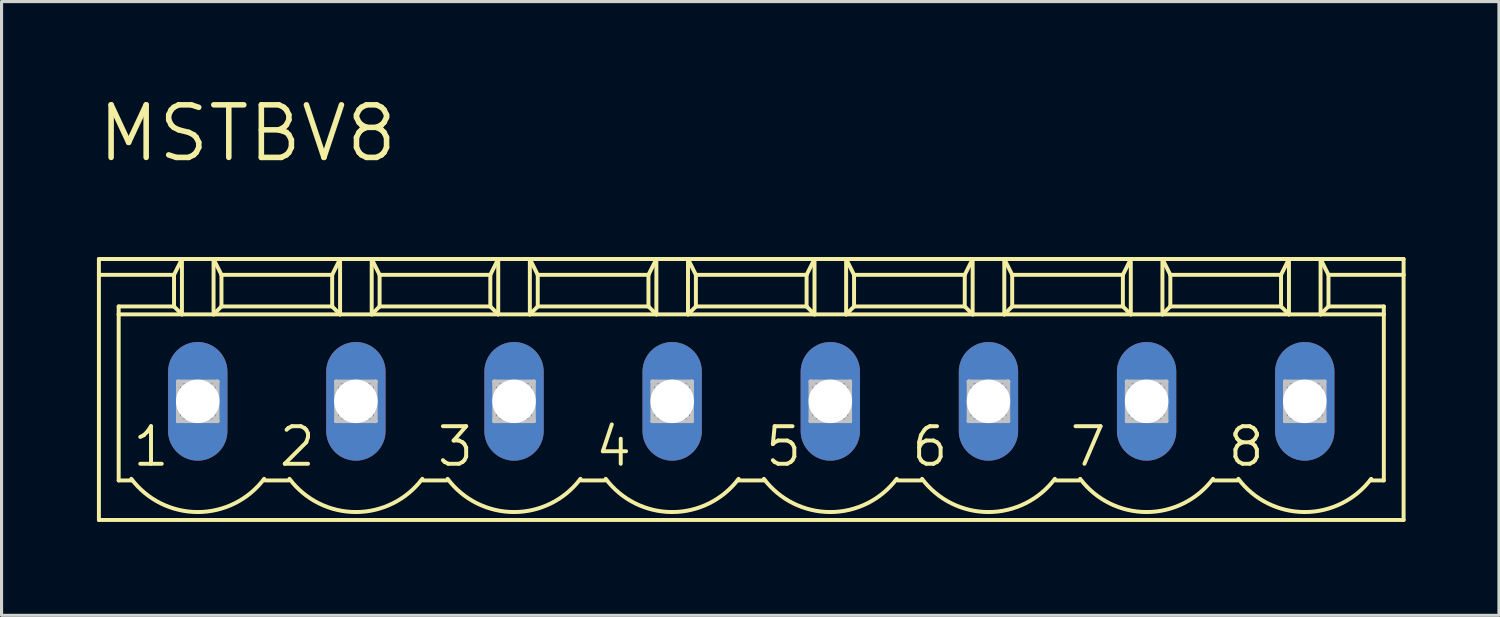
<source format=kicad_pcb>
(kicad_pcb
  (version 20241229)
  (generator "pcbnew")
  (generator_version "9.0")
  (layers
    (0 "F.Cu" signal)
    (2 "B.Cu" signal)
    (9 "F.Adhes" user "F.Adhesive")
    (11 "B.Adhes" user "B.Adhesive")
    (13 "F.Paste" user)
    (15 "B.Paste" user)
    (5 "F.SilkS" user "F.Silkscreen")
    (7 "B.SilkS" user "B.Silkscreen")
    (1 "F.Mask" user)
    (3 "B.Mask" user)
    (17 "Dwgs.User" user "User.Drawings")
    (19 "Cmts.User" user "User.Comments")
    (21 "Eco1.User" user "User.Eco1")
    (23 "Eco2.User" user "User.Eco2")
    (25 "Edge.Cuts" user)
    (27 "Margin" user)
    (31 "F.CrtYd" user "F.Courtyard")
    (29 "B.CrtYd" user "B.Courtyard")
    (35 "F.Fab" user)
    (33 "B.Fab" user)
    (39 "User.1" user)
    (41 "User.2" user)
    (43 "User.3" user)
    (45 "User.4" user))
  (footprint "MSTBV8"
    (layer "F.Cu")
    (at 21.082 9.842)
    (property "Reference" "MSTBV8" (at -21.082 -7.62 0) (layer "F.SilkS") (effects (font (size 1.689 1.689) (thickness 0.178)) (justify left bottom)))
    (attr through_hole)
    (fp_line (start -20.955 -4.572) (end -20.955 -4.064) (stroke (width 0.127) (type solid)) (layer "F.SilkS"))
    (fp_line (start -20.955 -4.572) (end -18.288 -4.572) (stroke (width 0.127) (type solid)) (layer "F.SilkS"))
    (fp_line (start -20.955 -4.064) (end -20.955 3.81) (stroke (width 0.127) (type solid)) (layer "F.SilkS"))
    (fp_line (start -20.955 -4.064) (end -18.542 -4.064) (stroke (width 0.127) (type solid)) (layer "F.SilkS"))
    (fp_line (start -20.955 3.81) (end 20.955 3.81) (stroke (width 0.127) (type solid)) (layer "F.SilkS"))
    (fp_line (start -20.32 -2.794) (end -20.32 -3.048) (stroke (width 0.127) (type solid)) (layer "F.SilkS"))
    (fp_line (start -20.32 -2.794) (end -18.288 -2.794) (stroke (width 0.127) (type solid)) (layer "F.SilkS"))
    (fp_line (start -20.32 2.54) (end -20.32 -2.794) (stroke (width 0.127) (type solid)) (layer "F.SilkS"))
    (fp_line (start -20.32 2.54) (end -19.888 2.54) (stroke (width 0.127) (type solid)) (layer "F.SilkS"))
    (fp_line (start -18.542 -4.064) (end -18.542 -3.048) (stroke (width 0.127) (type solid)) (layer "F.SilkS"))
    (fp_line (start -18.542 -4.064) (end -18.288 -4.572) (stroke (width 0.127) (type solid)) (layer "F.SilkS"))
    (fp_line (start -18.542 -3.048) (end -20.32 -3.048) (stroke (width 0.127) (type solid)) (layer "F.SilkS"))
    (fp_line (start -18.542 -3.048) (end -18.288 -2.794) (stroke (width 0.127) (type solid)) (layer "F.SilkS"))
    (fp_line (start -18.288 -4.572) (end -17.272 -4.572) (stroke (width 0.127) (type solid)) (layer "F.SilkS"))
    (fp_line (start -18.288 -2.794) (end -18.288 -4.572) (stroke (width 0.127) (type solid)) (layer "F.SilkS"))
    (fp_line (start -18.288 -2.794) (end -17.272 -2.794) (stroke (width 0.127) (type solid)) (layer "F.SilkS"))
    (fp_line (start -17.272 -4.572) (end -17.018 -4.064) (stroke (width 0.127) (type solid)) (layer "F.SilkS"))
    (fp_line (start -17.272 -4.572) (end -13.208 -4.572) (stroke (width 0.127) (type solid)) (layer "F.SilkS"))
    (fp_line (start -17.272 -2.794) (end -17.272 -4.572) (stroke (width 0.127) (type solid)) (layer "F.SilkS"))
    (fp_line (start -17.272 -2.794) (end -13.208 -2.794) (stroke (width 0.127) (type solid)) (layer "F.SilkS"))
    (fp_line (start -17.018 -4.064) (end -17.018 -3.048) (stroke (width 0.127) (type solid)) (layer "F.SilkS"))
    (fp_line (start -17.018 -4.064) (end -13.462 -4.064) (stroke (width 0.127) (type solid)) (layer "F.SilkS"))
    (fp_line (start -17.018 -3.048) (end -17.272 -2.794) (stroke (width 0.127) (type solid)) (layer "F.SilkS"))
    (fp_line (start -15.621 2.54) (end -14.859 2.54) (stroke (width 0.127) (type solid)) (layer "F.SilkS"))
    (fp_line (start -13.462 -4.064) (end -13.462 -3.048) (stroke (width 0.127) (type solid)) (layer "F.SilkS"))
    (fp_line (start -13.462 -4.064) (end -13.208 -4.572) (stroke (width 0.127) (type solid)) (layer "F.SilkS"))
    (fp_line (start -13.462 -3.048) (end -17.018 -3.048) (stroke (width 0.127) (type solid)) (layer "F.SilkS"))
    (fp_line (start -13.462 -3.048) (end -13.208 -2.794) (stroke (width 0.127) (type solid)) (layer "F.SilkS"))
    (fp_line (start -13.208 -4.572) (end -12.192 -4.572) (stroke (width 0.127) (type solid)) (layer "F.SilkS"))
    (fp_line (start -13.208 -2.794) (end -13.208 -4.572) (stroke (width 0.127) (type solid)) (layer "F.SilkS"))
    (fp_line (start -13.208 -2.794) (end -12.192 -2.794) (stroke (width 0.127) (type solid)) (layer "F.SilkS"))
    (fp_line (start -12.192 -4.572) (end -11.938 -4.064) (stroke (width 0.127) (type solid)) (layer "F.SilkS"))
    (fp_line (start -12.192 -4.572) (end -8.128 -4.572) (stroke (width 0.127) (type solid)) (layer "F.SilkS"))
    (fp_line (start -12.192 -2.794) (end -12.192 -4.572) (stroke (width 0.127) (type solid)) (layer "F.SilkS"))
    (fp_line (start -12.192 -2.794) (end -8.128 -2.794) (stroke (width 0.127) (type solid)) (layer "F.SilkS"))
    (fp_line (start -11.938 -4.064) (end -11.938 -3.048) (stroke (width 0.127) (type solid)) (layer "F.SilkS"))
    (fp_line (start -11.938 -4.064) (end -8.382 -4.064) (stroke (width 0.127) (type solid)) (layer "F.SilkS"))
    (fp_line (start -11.938 -3.048) (end -12.192 -2.794) (stroke (width 0.127) (type solid)) (layer "F.SilkS"))
    (fp_line (start -10.541 2.54) (end -9.779 2.54) (stroke (width 0.127) (type solid)) (layer "F.SilkS"))
    (fp_line (start -8.382 -4.064) (end -8.382 -3.048) (stroke (width 0.127) (type solid)) (layer "F.SilkS"))
    (fp_line (start -8.382 -4.064) (end -8.128 -4.572) (stroke (width 0.127) (type solid)) (layer "F.SilkS"))
    (fp_line (start -8.382 -3.048) (end -11.938 -3.048) (stroke (width 0.127) (type solid)) (layer "F.SilkS"))
    (fp_line (start -8.382 -3.048) (end -8.128 -2.794) (stroke (width 0.127) (type solid)) (layer "F.SilkS"))
    (fp_line (start -8.128 -4.572) (end -7.112 -4.572) (stroke (width 0.127) (type solid)) (layer "F.SilkS"))
    (fp_line (start -8.128 -2.794) (end -8.128 -4.572) (stroke (width 0.127) (type solid)) (layer "F.SilkS"))
    (fp_line (start -8.128 -2.794) (end -7.112 -2.794) (stroke (width 0.127) (type solid)) (layer "F.SilkS"))
    (fp_line (start -7.112 -4.572) (end -6.858 -4.064) (stroke (width 0.127) (type solid)) (layer "F.SilkS"))
    (fp_line (start -7.112 -4.572) (end -3.048 -4.572) (stroke (width 0.127) (type solid)) (layer "F.SilkS"))
    (fp_line (start -7.112 -2.794) (end -7.112 -4.572) (stroke (width 0.127) (type solid)) (layer "F.SilkS"))
    (fp_line (start -7.112 -2.794) (end -3.048 -2.794) (stroke (width 0.127) (type solid)) (layer "F.SilkS"))
    (fp_line (start -6.858 -4.064) (end -6.858 -3.048) (stroke (width 0.127) (type solid)) (layer "F.SilkS"))
    (fp_line (start -6.858 -4.064) (end -3.302 -4.064) (stroke (width 0.127) (type solid)) (layer "F.SilkS"))
    (fp_line (start -6.858 -3.048) (end -7.112 -2.794) (stroke (width 0.127) (type solid)) (layer "F.SilkS"))
    (fp_line (start -6.858 -3.048) (end -3.302 -3.048) (stroke (width 0.127) (type solid)) (layer "F.SilkS"))
    (fp_line (start -5.461 2.54) (end -4.699 2.54) (stroke (width 0.127) (type solid)) (layer "F.SilkS"))
    (fp_line (start -3.302 -4.064) (end -3.302 -3.048) (stroke (width 0.127) (type solid)) (layer "F.SilkS"))
    (fp_line (start -3.302 -4.064) (end -3.048 -4.572) (stroke (width 0.127) (type solid)) (layer "F.SilkS"))
    (fp_line (start -3.302 -3.048) (end -3.048 -2.794) (stroke (width 0.127) (type solid)) (layer "F.SilkS"))
    (fp_line (start -3.048 -4.572) (end -2.032 -4.572) (stroke (width 0.127) (type solid)) (layer "F.SilkS"))
    (fp_line (start -3.048 -2.794) (end -3.048 -4.572) (stroke (width 0.127) (type solid)) (layer "F.SilkS"))
    (fp_line (start -3.048 -2.794) (end -2.032 -2.794) (stroke (width 0.127) (type solid)) (layer "F.SilkS"))
    (fp_line (start -2.032 -4.572) (end -1.778 -4.064) (stroke (width 0.127) (type solid)) (layer "F.SilkS"))
    (fp_line (start -2.032 -4.572) (end 2.032 -4.572) (stroke (width 0.127) (type solid)) (layer "F.SilkS"))
    (fp_line (start -2.032 -2.794) (end -2.032 -4.572) (stroke (width 0.127) (type solid)) (layer "F.SilkS"))
    (fp_line (start -2.032 -2.794) (end 2.032 -2.794) (stroke (width 0.127) (type solid)) (layer "F.SilkS"))
    (fp_line (start -1.778 -4.064) (end -1.778 -3.048) (stroke (width 0.127) (type solid)) (layer "F.SilkS"))
    (fp_line (start -1.778 -4.064) (end 1.778 -4.064) (stroke (width 0.127) (type solid)) (layer "F.SilkS"))
    (fp_line (start -1.778 -3.048) (end -2.032 -2.794) (stroke (width 0.127) (type solid)) (layer "F.SilkS"))
    (fp_line (start -0.432 2.54) (end 0.432 2.54) (stroke (width 0.127) (type solid)) (layer "F.SilkS"))
    (fp_line (start 1.778 -4.064) (end 1.778 -3.048) (stroke (width 0.127) (type solid)) (layer "F.SilkS"))
    (fp_line (start 1.778 -4.064) (end 2.032 -4.572) (stroke (width 0.127) (type solid)) (layer "F.SilkS"))
    (fp_line (start 1.778 -3.048) (end -1.778 -3.048) (stroke (width 0.127) (type solid)) (layer "F.SilkS"))
    (fp_line (start 1.778 -3.048) (end 2.032 -2.794) (stroke (width 0.127) (type solid)) (layer "F.SilkS"))
    (fp_line (start 2.032 -4.572) (end 3.048 -4.572) (stroke (width 0.127) (type solid)) (layer "F.SilkS"))
    (fp_line (start 2.032 -2.794) (end 2.032 -4.572) (stroke (width 0.127) (type solid)) (layer "F.SilkS"))
    (fp_line (start 2.032 -2.794) (end 3.048 -2.794) (stroke (width 0.127) (type solid)) (layer "F.SilkS"))
    (fp_line (start 3.048 -4.572) (end 3.302 -4.064) (stroke (width 0.127) (type solid)) (layer "F.SilkS"))
    (fp_line (start 3.048 -4.572) (end 7.112 -4.572) (stroke (width 0.127) (type solid)) (layer "F.SilkS"))
    (fp_line (start 3.048 -2.794) (end 3.048 -4.572) (stroke (width 0.127) (type solid)) (layer "F.SilkS"))
    (fp_line (start 3.048 -2.794) (end 7.112 -2.794) (stroke (width 0.127) (type solid)) (layer "F.SilkS"))
    (fp_line (start 3.302 -4.064) (end 3.302 -3.048) (stroke (width 0.127) (type solid)) (layer "F.SilkS"))
    (fp_line (start 3.302 -4.064) (end 6.858 -4.064) (stroke (width 0.127) (type solid)) (layer "F.SilkS"))
    (fp_line (start 3.302 -3.048) (end 3.048 -2.794) (stroke (width 0.127) (type solid)) (layer "F.SilkS"))
    (fp_line (start 4.699 2.54) (end 5.461 2.54) (stroke (width 0.127) (type solid)) (layer "F.SilkS"))
    (fp_line (start 6.858 -4.064) (end 6.858 -3.048) (stroke (width 0.127) (type solid)) (layer "F.SilkS"))
    (fp_line (start 6.858 -4.064) (end 7.112 -4.572) (stroke (width 0.127) (type solid)) (layer "F.SilkS"))
    (fp_line (start 6.858 -3.048) (end 3.302 -3.048) (stroke (width 0.127) (type solid)) (layer "F.SilkS"))
    (fp_line (start 6.858 -3.048) (end 7.112 -2.794) (stroke (width 0.127) (type solid)) (layer "F.SilkS"))
    (fp_line (start 7.112 -4.572) (end 8.128 -4.572) (stroke (width 0.127) (type solid)) (layer "F.SilkS"))
    (fp_line (start 7.112 -2.794) (end 7.112 -4.572) (stroke (width 0.127) (type solid)) (layer "F.SilkS"))
    (fp_line (start 7.112 -2.794) (end 8.128 -2.794) (stroke (width 0.127) (type solid)) (layer "F.SilkS"))
    (fp_line (start 8.128 -4.572) (end 8.382 -4.064) (stroke (width 0.127) (type solid)) (layer "F.SilkS"))
    (fp_line (start 8.128 -4.572) (end 12.192 -4.572) (stroke (width 0.127) (type solid)) (layer "F.SilkS"))
    (fp_line (start 8.128 -2.794) (end 8.128 -4.572) (stroke (width 0.127) (type solid)) (layer "F.SilkS"))
    (fp_line (start 8.128 -2.794) (end 12.192 -2.794) (stroke (width 0.127) (type solid)) (layer "F.SilkS"))
    (fp_line (start 8.382 -4.064) (end 8.382 -3.048) (stroke (width 0.127) (type solid)) (layer "F.SilkS"))
    (fp_line (start 8.382 -4.064) (end 11.938 -4.064) (stroke (width 0.127) (type solid)) (layer "F.SilkS"))
    (fp_line (start 8.382 -3.048) (end 8.128 -2.794) (stroke (width 0.127) (type solid)) (layer "F.SilkS"))
    (fp_line (start 9.779 2.54) (end 10.541 2.54) (stroke (width 0.127) (type solid)) (layer "F.SilkS"))
    (fp_line (start 11.938 -4.064) (end 11.938 -3.048) (stroke (width 0.127) (type solid)) (layer "F.SilkS"))
    (fp_line (start 11.938 -4.064) (end 12.192 -4.572) (stroke (width 0.127) (type solid)) (layer "F.SilkS"))
    (fp_line (start 11.938 -3.048) (end 8.382 -3.048) (stroke (width 0.127) (type solid)) (layer "F.SilkS"))
    (fp_line (start 11.938 -3.048) (end 12.192 -2.794) (stroke (width 0.127) (type solid)) (layer "F.SilkS"))
    (fp_line (start 12.192 -4.572) (end 13.208 -4.572) (stroke (width 0.127) (type solid)) (layer "F.SilkS"))
    (fp_line (start 12.192 -2.794) (end 12.192 -4.572) (stroke (width 0.127) (type solid)) (layer "F.SilkS"))
    (fp_line (start 12.192 -2.794) (end 13.208 -2.794) (stroke (width 0.127) (type solid)) (layer "F.SilkS"))
    (fp_line (start 13.208 -4.572) (end 13.462 -4.064) (stroke (width 0.127) (type solid)) (layer "F.SilkS"))
    (fp_line (start 13.208 -4.572) (end 17.272 -4.572) (stroke (width 0.127) (type solid)) (layer "F.SilkS"))
    (fp_line (start 13.208 -2.794) (end 13.208 -4.572) (stroke (width 0.127) (type solid)) (layer "F.SilkS"))
    (fp_line (start 13.208 -2.794) (end 17.272 -2.794) (stroke (width 0.127) (type solid)) (layer "F.SilkS"))
    (fp_line (start 13.462 -4.064) (end 13.462 -3.048) (stroke (width 0.127) (type solid)) (layer "F.SilkS"))
    (fp_line (start 13.462 -4.064) (end 17.018 -4.064) (stroke (width 0.127) (type solid)) (layer "F.SilkS"))
    (fp_line (start 13.462 -3.048) (end 13.208 -2.794) (stroke (width 0.127) (type solid)) (layer "F.SilkS"))
    (fp_line (start 13.462 -3.048) (end 17.018 -3.048) (stroke (width 0.127) (type solid)) (layer "F.SilkS"))
    (fp_line (start 14.859 2.54) (end 15.621 2.54) (stroke (width 0.127) (type solid)) (layer "F.SilkS"))
    (fp_line (start 17.018 -4.064) (end 17.018 -3.048) (stroke (width 0.127) (type solid)) (layer "F.SilkS"))
    (fp_line (start 17.018 -4.064) (end 17.272 -4.572) (stroke (width 0.127) (type solid)) (layer "F.SilkS"))
    (fp_line (start 17.018 -3.048) (end 17.272 -2.794) (stroke (width 0.127) (type solid)) (layer "F.SilkS"))
    (fp_line (start 17.272 -4.572) (end 18.288 -4.572) (stroke (width 0.127) (type solid)) (layer "F.SilkS"))
    (fp_line (start 17.272 -2.794) (end 17.272 -4.572) (stroke (width 0.127) (type solid)) (layer "F.SilkS"))
    (fp_line (start 17.272 -2.794) (end 18.288 -2.794) (stroke (width 0.127) (type solid)) (layer "F.SilkS"))
    (fp_line (start 18.288 -4.572) (end 18.542 -4.064) (stroke (width 0.127) (type solid)) (layer "F.SilkS"))
    (fp_line (start 18.288 -4.572) (end 20.955 -4.572) (stroke (width 0.127) (type solid)) (layer "F.SilkS"))
    (fp_line (start 18.288 -2.794) (end 18.288 -4.572) (stroke (width 0.127) (type solid)) (layer "F.SilkS"))
    (fp_line (start 18.288 -2.794) (end 20.32 -2.794) (stroke (width 0.127) (type solid)) (layer "F.SilkS"))
    (fp_line (start 18.542 -4.064) (end 18.542 -3.048) (stroke (width 0.127) (type solid)) (layer "F.SilkS"))
    (fp_line (start 18.542 -4.064) (end 20.955 -4.064) (stroke (width 0.127) (type solid)) (layer "F.SilkS"))
    (fp_line (start 18.542 -3.048) (end 18.288 -2.794) (stroke (width 0.127) (type solid)) (layer "F.SilkS"))
    (fp_line (start 18.542 -3.048) (end 20.32 -3.048) (stroke (width 0.127) (type solid)) (layer "F.SilkS"))
    (fp_line (start 19.888 2.54) (end 20.32 2.54) (stroke (width 0.127) (type solid)) (layer "F.SilkS"))
    (fp_line (start 20.32 -3.048) (end 20.32 -2.794) (stroke (width 0.127) (type solid)) (layer "F.SilkS"))
    (fp_line (start 20.32 -2.794) (end 20.32 2.54) (stroke (width 0.127) (type solid)) (layer "F.SilkS"))
    (fp_line (start 20.955 -4.064) (end 20.955 -4.572) (stroke (width 0.127) (type solid)) (layer "F.SilkS"))
    (fp_line (start 20.955 3.81) (end 20.955 -4.064) (stroke (width 0.127) (type solid)) (layer "F.SilkS"))
    (fp_arc (start -17.779999 3.556) (mid -18.972718 3.274437) (end -19.9136 2.4892) (stroke (width 0.127) (type solid)) (layer "F.SilkS"))
    (fp_arc (start -15.646399 2.4892) (mid -16.587281 3.274438) (end -17.78 3.556) (stroke (width 0.127) (type solid)) (layer "F.SilkS"))
    (fp_arc (start -12.699999 3.556) (mid -13.892718 3.274437) (end -14.8336 2.4892) (stroke (width 0.127) (type solid)) (layer "F.SilkS"))
    (fp_arc (start -10.566399 2.4892) (mid -11.507281 3.274438) (end -12.7 3.556) (stroke (width 0.127) (type solid)) (layer "F.SilkS"))
    (fp_arc (start -7.619999 3.556) (mid -8.812718 3.274437) (end -9.7536 2.4892) (stroke (width 0.127) (type solid)) (layer "F.SilkS"))
    (fp_arc (start -5.486399 2.4892) (mid -6.427281 3.274438) (end -7.62 3.556) (stroke (width 0.127) (type solid)) (layer "F.SilkS"))
    (fp_arc (start -2.539999 3.556) (mid -3.732718 3.274437) (end -4.6736 2.4892) (stroke (width 0.127) (type solid)) (layer "F.SilkS"))
    (fp_arc (start -0.406399 2.4892) (mid -1.347281 3.274438) (end -2.54 3.556) (stroke (width 0.127) (type solid)) (layer "F.SilkS"))
    (fp_arc (start 2.540001 3.556) (mid 1.347282 3.274438) (end 0.4064 2.4892) (stroke (width 0.127) (type solid)) (layer "F.SilkS"))
    (fp_arc (start 4.6736 2.489199) (mid 3.732719 3.274437) (end 2.54 3.556) (stroke (width 0.127) (type solid)) (layer "F.SilkS"))
    (fp_arc (start 7.620001 3.556) (mid 6.427282 3.274438) (end 5.4864 2.4892) (stroke (width 0.127) (type solid)) (layer "F.SilkS"))
    (fp_arc (start 9.7536 2.489199) (mid 8.812719 3.274437) (end 7.62 3.556) (stroke (width 0.127) (type solid)) (layer "F.SilkS"))
    (fp_arc (start 12.700001 3.556) (mid 11.507282 3.274438) (end 10.5664 2.4892) (stroke (width 0.127) (type solid)) (layer "F.SilkS"))
    (fp_arc (start 14.8336 2.489199) (mid 13.892719 3.274437) (end 12.7 3.556) (stroke (width 0.127) (type solid)) (layer "F.SilkS"))
    (fp_arc (start 17.780001 3.556) (mid 16.587282 3.274438) (end 15.6464 2.4892) (stroke (width 0.127) (type solid)) (layer "F.SilkS"))
    (fp_arc (start 19.9136 2.489199) (mid 18.972719 3.274437) (end 17.78 3.556) (stroke (width 0.127) (type solid)) (layer "F.SilkS"))
    (fp_line (start -18.415 -0.635) (end -18.415 0.635) (stroke (width 0.127) (type solid)) (layer "Dwgs.User"))
    (fp_line (start -18.415 -0.635) (end -17.145 0.635) (stroke (width 0.127) (type solid)) (layer "Dwgs.User"))
    (fp_line (start -18.415 0.635) (end -17.145 -0.635) (stroke (width 0.127) (type solid)) (layer "Dwgs.User"))
    (fp_line (start -18.415 0.635) (end -17.145 0.635) (stroke (width 0.127) (type solid)) (layer "Dwgs.User"))
    (fp_line (start -17.145 -0.635) (end -18.415 -0.635) (stroke (width 0.127) (type solid)) (layer "Dwgs.User"))
    (fp_line (start -17.145 0.635) (end -17.145 -0.635) (stroke (width 0.127) (type solid)) (layer "Dwgs.User"))
    (fp_line (start -13.335 -0.635) (end -13.335 0.635) (stroke (width 0.127) (type solid)) (layer "Dwgs.User"))
    (fp_line (start -13.335 -0.635) (end -12.065 0.635) (stroke (width 0.127) (type solid)) (layer "Dwgs.User"))
    (fp_line (start -13.335 0.635) (end -12.065 -0.635) (stroke (width 0.127) (type solid)) (layer "Dwgs.User"))
    (fp_line (start -13.335 0.635) (end -12.065 0.635) (stroke (width 0.127) (type solid)) (layer "Dwgs.User"))
    (fp_line (start -12.065 -0.635) (end -13.335 -0.635) (stroke (width 0.127) (type solid)) (layer "Dwgs.User"))
    (fp_line (start -12.065 0.635) (end -12.065 -0.635) (stroke (width 0.127) (type solid)) (layer "Dwgs.User"))
    (fp_line (start -8.255 -0.635) (end -8.255 0.635) (stroke (width 0.127) (type solid)) (layer "Dwgs.User"))
    (fp_line (start -8.255 -0.635) (end -6.985 0.635) (stroke (width 0.127) (type solid)) (layer "Dwgs.User"))
    (fp_line (start -8.255 0.635) (end -6.985 -0.635) (stroke (width 0.127) (type solid)) (layer "Dwgs.User"))
    (fp_line (start -8.255 0.635) (end -6.985 0.635) (stroke (width 0.127) (type solid)) (layer "Dwgs.User"))
    (fp_line (start -6.985 -0.635) (end -8.255 -0.635) (stroke (width 0.127) (type solid)) (layer "Dwgs.User"))
    (fp_line (start -6.985 0.635) (end -6.985 -0.635) (stroke (width 0.127) (type solid)) (layer "Dwgs.User"))
    (fp_line (start -3.175 -0.635) (end -3.175 0.635) (stroke (width 0.127) (type solid)) (layer "Dwgs.User"))
    (fp_line (start -3.175 -0.635) (end -1.905 0.635) (stroke (width 0.127) (type solid)) (layer "Dwgs.User"))
    (fp_line (start -3.175 0.635) (end -1.905 -0.635) (stroke (width 0.127) (type solid)) (layer "Dwgs.User"))
    (fp_line (start -3.175 0.635) (end -1.905 0.635) (stroke (width 0.127) (type solid)) (layer "Dwgs.User"))
    (fp_line (start -1.905 -0.635) (end -3.175 -0.635) (stroke (width 0.127) (type solid)) (layer "Dwgs.User"))
    (fp_line (start -1.905 0.635) (end -1.905 -0.635) (stroke (width 0.127) (type solid)) (layer "Dwgs.User"))
    (fp_line (start 1.905 -0.635) (end 1.905 0.635) (stroke (width 0.127) (type solid)) (layer "Dwgs.User"))
    (fp_line (start 1.905 -0.635) (end 3.175 0.635) (stroke (width 0.127) (type solid)) (layer "Dwgs.User"))
    (fp_line (start 1.905 0.635) (end 3.175 -0.635) (stroke (width 0.127) (type solid)) (layer "Dwgs.User"))
    (fp_line (start 1.905 0.635) (end 3.175 0.635) (stroke (width 0.127) (type solid)) (layer "Dwgs.User"))
    (fp_line (start 3.175 -0.635) (end 1.905 -0.635) (stroke (width 0.127) (type solid)) (layer "Dwgs.User"))
    (fp_line (start 3.175 0.635) (end 3.175 -0.635) (stroke (width 0.127) (type solid)) (layer "Dwgs.User"))
    (fp_line (start 6.985 -0.635) (end 6.985 0.635) (stroke (width 0.127) (type solid)) (layer "Dwgs.User"))
    (fp_line (start 6.985 -0.635) (end 8.255 0.635) (stroke (width 0.127) (type solid)) (layer "Dwgs.User"))
    (fp_line (start 6.985 0.635) (end 8.255 -0.635) (stroke (width 0.127) (type solid)) (layer "Dwgs.User"))
    (fp_line (start 6.985 0.635) (end 8.255 0.635) (stroke (width 0.127) (type solid)) (layer "Dwgs.User"))
    (fp_line (start 8.255 -0.635) (end 6.985 -0.635) (stroke (width 0.127) (type solid)) (layer "Dwgs.User"))
    (fp_line (start 8.255 0.635) (end 8.255 -0.635) (stroke (width 0.127) (type solid)) (layer "Dwgs.User"))
    (fp_line (start 12.065 -0.635) (end 12.065 0.635) (stroke (width 0.127) (type solid)) (layer "Dwgs.User"))
    (fp_line (start 12.065 -0.635) (end 13.335 0.635) (stroke (width 0.127) (type solid)) (layer "Dwgs.User"))
    (fp_line (start 12.065 0.635) (end 13.335 -0.635) (stroke (width 0.127) (type solid)) (layer "Dwgs.User"))
    (fp_line (start 12.065 0.635) (end 13.335 0.635) (stroke (width 0.127) (type solid)) (layer "Dwgs.User"))
    (fp_line (start 13.335 -0.635) (end 12.065 -0.635) (stroke (width 0.127) (type solid)) (layer "Dwgs.User"))
    (fp_line (start 13.335 0.635) (end 13.335 -0.635) (stroke (width 0.127) (type solid)) (layer "Dwgs.User"))
    (fp_line (start 17.145 -0.635) (end 17.145 0.635) (stroke (width 0.127) (type solid)) (layer "Dwgs.User"))
    (fp_line (start 17.145 -0.635) (end 18.415 0.635) (stroke (width 0.127) (type solid)) (layer "Dwgs.User"))
    (fp_line (start 17.145 0.635) (end 18.415 -0.635) (stroke (width 0.127) (type solid)) (layer "Dwgs.User"))
    (fp_line (start 17.145 0.635) (end 18.415 0.635) (stroke (width 0.127) (type solid)) (layer "Dwgs.User"))
    (fp_line (start 18.415 -0.635) (end 17.145 -0.635) (stroke (width 0.127) (type solid)) (layer "Dwgs.User"))
    (fp_line (start 18.415 0.635) (end 18.415 -0.635) (stroke (width 0.127) (type solid)) (layer "Dwgs.User"))
    (fp_text user "8" (at 15.24 2.159 0) (layer "F.SilkS") (effects (font (size 1.206 1.206) (thickness 0.127)) (justify left bottom)))
    (fp_text user "7" (at 10.16 2.159 0) (layer "F.SilkS") (effects (font (size 1.206 1.206) (thickness 0.127)) (justify left bottom)))
    (fp_text user "3" (at -10.16 2.159 0) (layer "F.SilkS") (effects (font (size 1.206 1.206) (thickness 0.127)) (justify left bottom)))
    (fp_text user "6" (at 5.08 2.159 0) (layer "F.SilkS") (effects (font (size 1.206 1.206) (thickness 0.127)) (justify left bottom)))
    (fp_text user "1" (at -19.939 2.159 0) (layer "F.SilkS") (effects (font (size 1.206 1.206) (thickness 0.127)) (justify left bottom)))
    (fp_text user "4" (at -5.08 2.159 0) (layer "F.SilkS") (effects (font (size 1.206 1.206) (thickness 0.127)) (justify left bottom)))
    (fp_text user "2" (at -15.24 2.159 0) (layer "F.SilkS") (effects (font (size 1.206 1.206) (thickness 0.127)) (justify left bottom)))
    (fp_text user "5" (at 0.381 2.159 0) (layer "F.SilkS") (effects (font (size 1.206 1.206) (thickness 0.127)) (justify left bottom)))
    (pad "1" thru_hole oval (at -17.78 0 90) (size 3.81 1.905) (drill 1.397) (layers "*.Cu" "*.Mask"))
    (pad "2" thru_hole oval (at -12.7 0 90) (size 3.81 1.905) (drill 1.397) (layers "*.Cu" "*.Mask"))
    (pad "3" thru_hole oval (at -7.62 0 90) (size 3.81 1.905) (drill 1.397) (layers "*.Cu" "*.Mask"))
    (pad "4" thru_hole oval (at -2.54 0 90) (size 3.81 1.905) (drill 1.397) (layers "*.Cu" "*.Mask"))
    (pad "5" thru_hole oval (at 2.54 0 90) (size 3.81 1.905) (drill 1.397) (layers "*.Cu" "*.Mask"))
    (pad "6" thru_hole oval (at 7.62 0 90) (size 3.81 1.905) (drill 1.397) (layers "*.Cu" "*.Mask"))
    (pad "7" thru_hole oval (at 12.7 0 90) (size 3.81 1.905) (drill 1.397) (layers "*.Cu" "*.Mask"))
    (pad "8" thru_hole oval (at 17.78 0 90) (size 3.81 1.905) (drill 1.397) (layers "*.Cu" "*.Mask")))
  (gr_rect
    (start -3 -3)
    (end 45.1 16.716)
    (stroke (width 0.1) (type default))
    (fill no)
    (layer "Edge.Cuts")))
</source>
